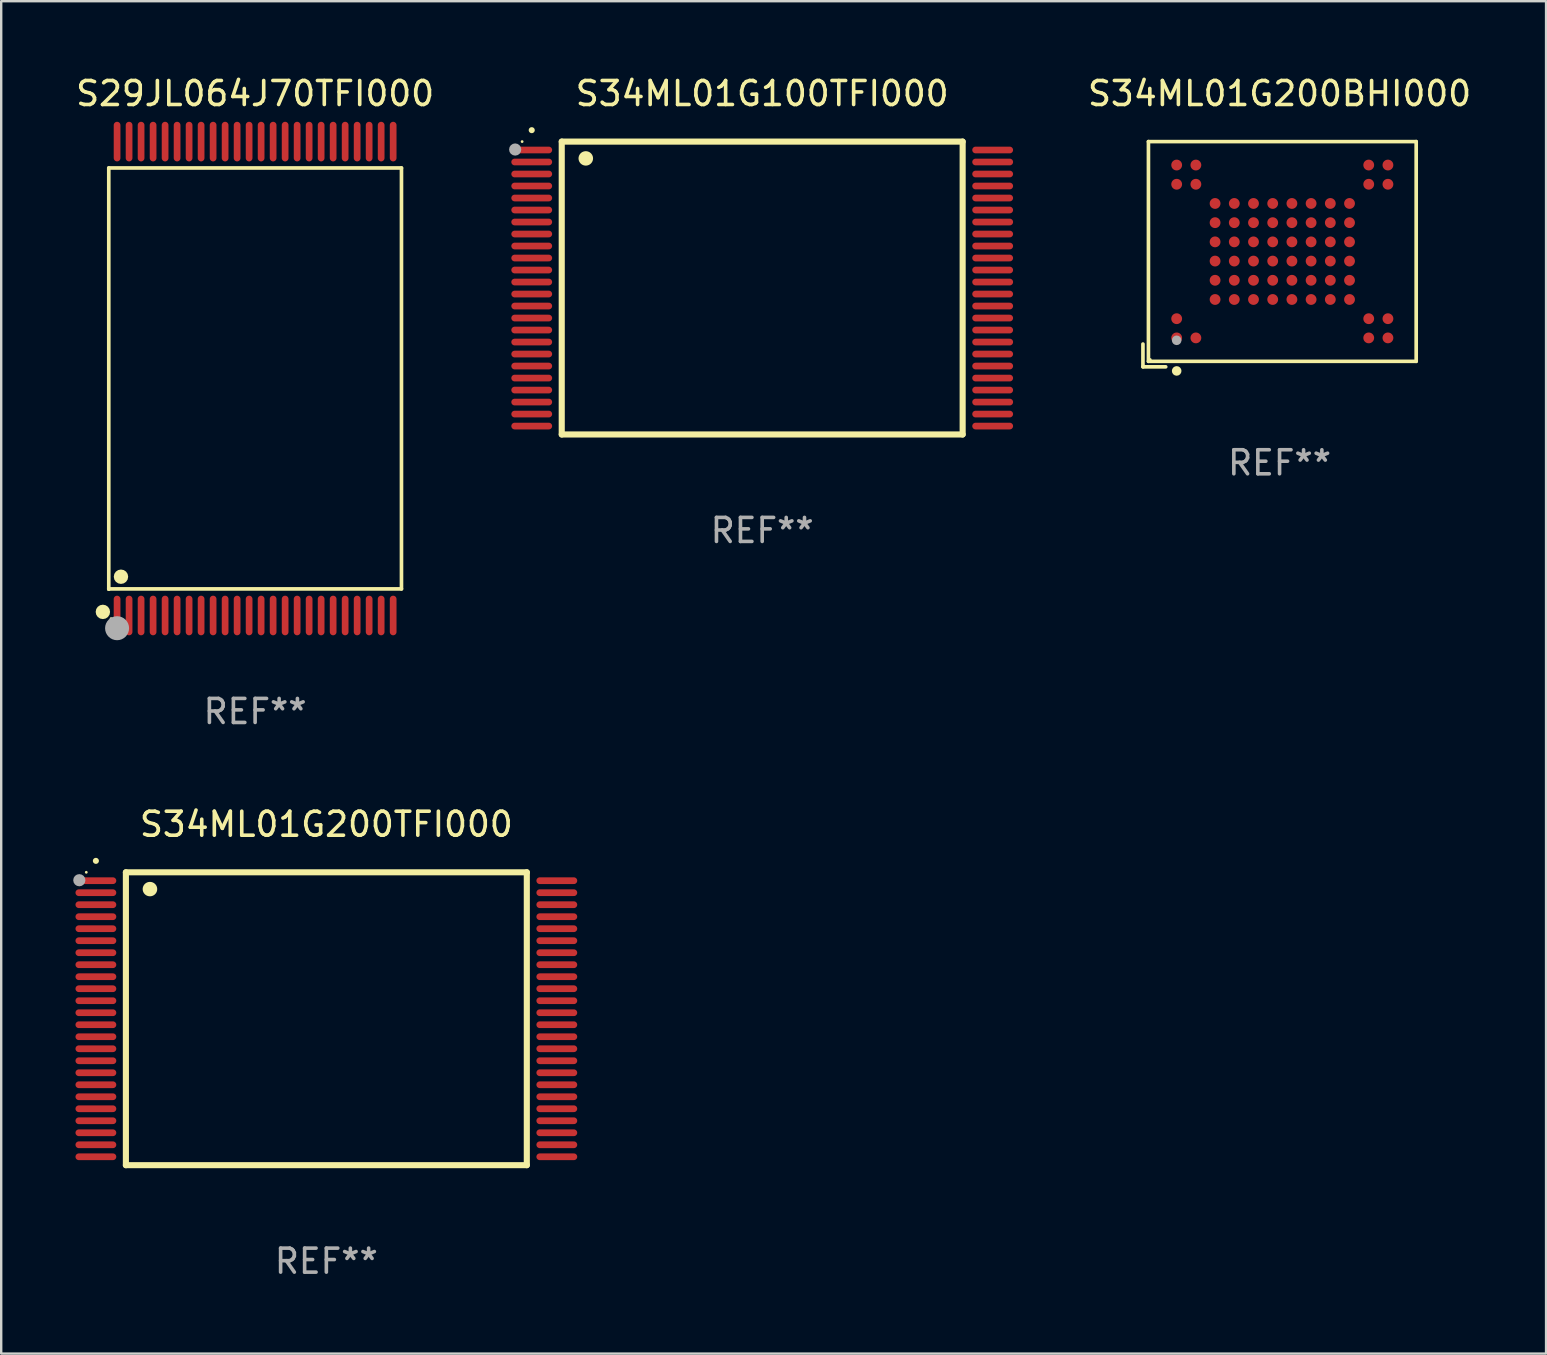
<source format=kicad_pcb>
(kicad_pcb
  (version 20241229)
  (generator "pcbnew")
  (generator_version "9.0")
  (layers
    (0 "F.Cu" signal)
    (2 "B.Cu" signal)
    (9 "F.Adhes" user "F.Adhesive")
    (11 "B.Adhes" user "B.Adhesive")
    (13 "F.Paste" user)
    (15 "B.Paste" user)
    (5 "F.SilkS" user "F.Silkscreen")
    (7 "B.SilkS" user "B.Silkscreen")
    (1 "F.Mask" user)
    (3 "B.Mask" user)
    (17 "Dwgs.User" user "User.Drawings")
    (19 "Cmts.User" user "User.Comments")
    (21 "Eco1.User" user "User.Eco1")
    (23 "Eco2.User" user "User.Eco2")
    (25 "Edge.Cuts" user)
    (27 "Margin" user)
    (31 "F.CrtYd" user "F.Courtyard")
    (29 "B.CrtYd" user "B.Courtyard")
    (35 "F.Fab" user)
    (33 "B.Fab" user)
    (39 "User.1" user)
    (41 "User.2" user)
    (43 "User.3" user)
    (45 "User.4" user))
  (footprint "S34ML01G200BHI000"
    (layer "F.Cu")
    (at 50.25 7.539)
    (property "Reference" "S34ML01G200BHI000" (at 0 -6.691 0) (layer "F.SilkS") (effects (font (size 1 1) (thickness 0.15))))
    (attr through_hole)
    (fp_line (start -5.691 3.742) (end -5.691 4.691) (stroke (width 0.152) (type solid)) (layer "F.SilkS"))
    (fp_line (start -5.691 4.691) (end -4.742 4.691) (stroke (width 0.152) (type solid)) (layer "F.SilkS"))
    (fp_line (start -5.462 -4.691) (end 5.691 -4.691) (stroke (width 0.152) (type solid)) (layer "F.SilkS"))
    (fp_line (start -5.462 4.462) (end -5.462 -4.691) (stroke (width 0.152) (type solid)) (layer "F.SilkS"))
    (fp_line (start 5.691 -4.691) (end 5.691 4.462) (stroke (width 0.152) (type solid)) (layer "F.SilkS"))
    (fp_line (start 5.691 4.462) (end -5.462 4.462) (stroke (width 0.152) (type solid)) (layer "F.SilkS"))
    (fp_circle (center -5.386 4.386) (end -5.356 4.386) (stroke (width 0.06) (type solid)) (fill no) (layer "F.SilkS"))
    (fp_circle (center -4.286 4.862) (end -4.186 4.862) (stroke (width 0.2) (type solid)) (fill no) (layer "F.SilkS"))
    (fp_circle (center -4.286 3.586) (end -4.186 3.586) (stroke (width 0.2) (type solid)) (fill no) (layer "F.Fab"))
    (fp_text user "REF**" (at 0 8.691 0) (layer "F.Fab") (effects (font (size 1 1) (thickness 0.15))))
    (pad "A1" smd circle (at -4.286 3.486) (size 0.45 0.45) (layers "F.Cu" "F.Mask" "F.Paste"))
    (pad "A2" smd circle (at -4.286 2.686) (size 0.45 0.45) (layers "F.Cu" "F.Mask" "F.Paste"))
    (pad "A9" smd circle (at -4.286 -2.914) (size 0.45 0.45) (layers "F.Cu" "F.Mask" "F.Paste"))
    (pad "A10" smd circle (at -4.286 -3.714) (size 0.45 0.45) (layers "F.Cu" "F.Mask" "F.Paste"))
    (pad "B1" smd circle (at -3.486 3.486) (size 0.45 0.45) (layers "F.Cu" "F.Mask" "F.Paste"))
    (pad "B9" smd circle (at -3.486 -2.914) (size 0.45 0.45) (layers "F.Cu" "F.Mask" "F.Paste"))
    (pad "B10" smd circle (at -3.486 -3.714) (size 0.45 0.45) (layers "F.Cu" "F.Mask" "F.Paste"))
    (pad "C3" smd circle (at -2.686 1.886) (size 0.45 0.45) (layers "F.Cu" "F.Mask" "F.Paste"))
    (pad "C4" smd circle (at -2.686 1.086) (size 0.45 0.45) (layers "F.Cu" "F.Mask" "F.Paste"))
    (pad "C5" smd circle (at -2.686 0.286) (size 0.45 0.45) (layers "F.Cu" "F.Mask" "F.Paste"))
    (pad "C6" smd circle (at -2.686 -0.514) (size 0.45 0.45) (layers "F.Cu" "F.Mask" "F.Paste"))
    (pad "C7" smd circle (at -2.686 -1.314) (size 0.45 0.45) (layers "F.Cu" "F.Mask" "F.Paste"))
    (pad "C8" smd circle (at -2.686 -2.114) (size 0.45 0.45) (layers "F.Cu" "F.Mask" "F.Paste"))
    (pad "D3" smd circle (at -1.886 1.886) (size 0.45 0.45) (layers "F.Cu" "F.Mask" "F.Paste"))
    (pad "D4" smd circle (at -1.886 1.086) (size 0.45 0.45) (layers "F.Cu" "F.Mask" "F.Paste"))
    (pad "D5" smd circle (at -1.886 0.286) (size 0.45 0.45) (layers "F.Cu" "F.Mask" "F.Paste"))
    (pad "D6" smd circle (at -1.886 -0.514) (size 0.45 0.45) (layers "F.Cu" "F.Mask" "F.Paste"))
    (pad "D7" smd circle (at -1.886 -1.314) (size 0.45 0.45) (layers "F.Cu" "F.Mask" "F.Paste"))
    (pad "D8" smd circle (at -1.886 -2.114) (size 0.45 0.45) (layers "F.Cu" "F.Mask" "F.Paste"))
    (pad "E3" smd circle (at -1.086 1.886) (size 0.45 0.45) (layers "F.Cu" "F.Mask" "F.Paste"))
    (pad "E4" smd circle (at -1.086 1.086) (size 0.45 0.45) (layers "F.Cu" "F.Mask" "F.Paste"))
    (pad "E5" smd circle (at -1.086 0.286) (size 0.45 0.45) (layers "F.Cu" "F.Mask" "F.Paste"))
    (pad "E6" smd circle (at -1.086 -0.514) (size 0.45 0.45) (layers "F.Cu" "F.Mask" "F.Paste"))
    (pad "E7" smd circle (at -1.086 -1.314) (size 0.45 0.45) (layers "F.Cu" "F.Mask" "F.Paste"))
    (pad "E8" smd circle (at -1.086 -2.114) (size 0.45 0.45) (layers "F.Cu" "F.Mask" "F.Paste"))
    (pad "F3" smd circle (at -0.286 1.886) (size 0.45 0.45) (layers "F.Cu" "F.Mask" "F.Paste"))
    (pad "F4" smd circle (at -0.286 1.086) (size 0.45 0.45) (layers "F.Cu" "F.Mask" "F.Paste"))
    (pad "F5" smd circle (at -0.286 0.286) (size 0.45 0.45) (layers "F.Cu" "F.Mask" "F.Paste"))
    (pad "F6" smd circle (at -0.286 -0.514) (size 0.45 0.45) (layers "F.Cu" "F.Mask" "F.Paste"))
    (pad "F7" smd circle (at -0.286 -1.314) (size 0.45 0.45) (layers "F.Cu" "F.Mask" "F.Paste"))
    (pad "F8" smd circle (at -0.286 -2.114) (size 0.45 0.45) (layers "F.Cu" "F.Mask" "F.Paste"))
    (pad "G3" smd circle (at 0.514 1.886) (size 0.45 0.45) (layers "F.Cu" "F.Mask" "F.Paste"))
    (pad "G4" smd circle (at 0.514 1.086) (size 0.45 0.45) (layers "F.Cu" "F.Mask" "F.Paste"))
    (pad "G5" smd circle (at 0.514 0.286) (size 0.45 0.45) (layers "F.Cu" "F.Mask" "F.Paste"))
    (pad "G6" smd circle (at 0.514 -0.514) (size 0.45 0.45) (layers "F.Cu" "F.Mask" "F.Paste"))
    (pad "G7" smd circle (at 0.514 -1.314) (size 0.45 0.45) (layers "F.Cu" "F.Mask" "F.Paste"))
    (pad "G8" smd circle (at 0.514 -2.114) (size 0.45 0.45) (layers "F.Cu" "F.Mask" "F.Paste"))
    (pad "H3" smd circle (at 1.314 1.886) (size 0.45 0.45) (layers "F.Cu" "F.Mask" "F.Paste"))
    (pad "H4" smd circle (at 1.314 1.086) (size 0.45 0.45) (layers "F.Cu" "F.Mask" "F.Paste"))
    (pad "H5" smd circle (at 1.314 0.286) (size 0.45 0.45) (layers "F.Cu" "F.Mask" "F.Paste"))
    (pad "H6" smd circle (at 1.314 -0.514) (size 0.45 0.45) (layers "F.Cu" "F.Mask" "F.Paste"))
    (pad "H7" smd circle (at 1.314 -1.314) (size 0.45 0.45) (layers "F.Cu" "F.Mask" "F.Paste"))
    (pad "H8" smd circle (at 1.314 -2.114) (size 0.45 0.45) (layers "F.Cu" "F.Mask" "F.Paste"))
    (pad "J3" smd circle (at 2.114 1.886) (size 0.45 0.45) (layers "F.Cu" "F.Mask" "F.Paste"))
    (pad "J4" smd circle (at 2.114 1.086) (size 0.45 0.45) (layers "F.Cu" "F.Mask" "F.Paste"))
    (pad "J5" smd circle (at 2.114 0.286) (size 0.45 0.45) (layers "F.Cu" "F.Mask" "F.Paste"))
    (pad "J6" smd circle (at 2.114 -0.514) (size 0.45 0.45) (layers "F.Cu" "F.Mask" "F.Paste"))
    (pad "J7" smd circle (at 2.114 -1.314) (size 0.45 0.45) (layers "F.Cu" "F.Mask" "F.Paste"))
    (pad "J8" smd circle (at 2.114 -2.114) (size 0.45 0.45) (layers "F.Cu" "F.Mask" "F.Paste"))
    (pad "K3" smd circle (at 2.914 1.886) (size 0.45 0.45) (layers "F.Cu" "F.Mask" "F.Paste"))
    (pad "K4" smd circle (at 2.914 1.086) (size 0.45 0.45) (layers "F.Cu" "F.Mask" "F.Paste"))
    (pad "K5" smd circle (at 2.914 0.286) (size 0.45 0.45) (layers "F.Cu" "F.Mask" "F.Paste"))
    (pad "K6" smd circle (at 2.914 -0.514) (size 0.45 0.45) (layers "F.Cu" "F.Mask" "F.Paste"))
    (pad "K7" smd circle (at 2.914 -1.314) (size 0.45 0.45) (layers "F.Cu" "F.Mask" "F.Paste"))
    (pad "K8" smd circle (at 2.914 -2.114) (size 0.45 0.45) (layers "F.Cu" "F.Mask" "F.Paste"))
    (pad "L1" smd circle (at 3.714 3.486) (size 0.45 0.45) (layers "F.Cu" "F.Mask" "F.Paste"))
    (pad "L2" smd circle (at 3.714 2.686) (size 0.45 0.45) (layers "F.Cu" "F.Mask" "F.Paste"))
    (pad "L9" smd circle (at 3.714 -2.914) (size 0.45 0.45) (layers "F.Cu" "F.Mask" "F.Paste"))
    (pad "L10" smd circle (at 3.714 -3.714) (size 0.45 0.45) (layers "F.Cu" "F.Mask" "F.Paste"))
    (pad "M1" smd circle (at 4.514 3.486) (size 0.45 0.45) (layers "F.Cu" "F.Mask" "F.Paste"))
    (pad "M2" smd circle (at 4.514 2.686) (size 0.45 0.45) (layers "F.Cu" "F.Mask" "F.Paste"))
    (pad "M9" smd circle (at 4.514 -2.914) (size 0.45 0.45) (layers "F.Cu" "F.Mask" "F.Paste"))
    (pad "M10" smd circle (at 4.514 -3.714) (size 0.45 0.45) (layers "F.Cu" "F.Mask" "F.Paste")))
  (footprint "S34ML01G200TFI000"
    (layer "F.Cu")
    (at 10.544 39.385)
    (property "Reference" "S34ML01G200TFI000" (at 0 -8.1 0) (layer "F.SilkS") (effects (font (size 1 1) (thickness 0.15))))
    (attr through_hole)
    (fp_line (start -8.35 -6.1) (end 8.35 -6.1) (stroke (width 0.254) (type solid)) (layer "F.SilkS"))
    (fp_line (start -8.35 6.1) (end -8.35 -6.1) (stroke (width 0.254) (type solid)) (layer "F.SilkS"))
    (fp_line (start 8.35 -6.1) (end 8.35 6.1) (stroke (width 0.254) (type solid)) (layer "F.SilkS"))
    (fp_line (start 8.35 6.1) (end -8.35 6.1) (stroke (width 0.254) (type solid)) (layer "F.SilkS"))
    (fp_arc (start -9.601219 -6.57606) (mid -9.599949 -6.576066) (end -9.598679 -6.57606) (stroke (width 0.25) (type solid)) (layer "F.SilkS"))
    (fp_arc (start -7.350775 -5.400038) (mid -7.348235 -5.400049) (end -7.345695 -5.400038) (stroke (width 0.6) (type solid)) (layer "F.SilkS"))
    (fp_circle (center -10 -6.1) (end -9.97 -6.1) (stroke (width 0.06) (type solid)) (fill no) (layer "F.SilkS"))
    (fp_circle (center -10.29 -5.77) (end -10.163 -5.77) (stroke (width 0.254) (type solid)) (fill no) (layer "F.Fab"))
    (fp_text user "REF**" (at 0 10.1 0) (layer "F.Fab") (effects (font (size 1 1) (thickness 0.15))))
    (pad "1" smd oval (at -9.6 -5.75 90) (size 0.28 1.7) (layers "F.Cu" "F.Mask" "F.Paste"))
    (pad "2" smd oval (at -9.6 -5.25 90) (size 0.28 1.7) (layers "F.Cu" "F.Mask" "F.Paste"))
    (pad "3" smd oval (at -9.6 -4.75 90) (size 0.28 1.7) (layers "F.Cu" "F.Mask" "F.Paste"))
    (pad "4" smd oval (at -9.6 -4.25 90) (size 0.28 1.7) (layers "F.Cu" "F.Mask" "F.Paste"))
    (pad "5" smd oval (at -9.6 -3.75 90) (size 0.28 1.7) (layers "F.Cu" "F.Mask" "F.Paste"))
    (pad "6" smd oval (at -9.6 -3.25 90) (size 0.28 1.7) (layers "F.Cu" "F.Mask" "F.Paste"))
    (pad "7" smd oval (at -9.6 -2.75 90) (size 0.28 1.7) (layers "F.Cu" "F.Mask" "F.Paste"))
    (pad "8" smd oval (at -9.6 -2.25 90) (size 0.28 1.7) (layers "F.Cu" "F.Mask" "F.Paste"))
    (pad "9" smd oval (at -9.6 -1.75 90) (size 0.28 1.7) (layers "F.Cu" "F.Mask" "F.Paste"))
    (pad "10" smd oval (at -9.6 -1.25 90) (size 0.28 1.7) (layers "F.Cu" "F.Mask" "F.Paste"))
    (pad "11" smd oval (at -9.6 -0.75 90) (size 0.28 1.7) (layers "F.Cu" "F.Mask" "F.Paste"))
    (pad "12" smd oval (at -9.6 -0.25 90) (size 0.28 1.7) (layers "F.Cu" "F.Mask" "F.Paste"))
    (pad "13" smd oval (at -9.6 0.25 90) (size 0.28 1.7) (layers "F.Cu" "F.Mask" "F.Paste"))
    (pad "14" smd oval (at -9.6 0.75 90) (size 0.28 1.7) (layers "F.Cu" "F.Mask" "F.Paste"))
    (pad "15" smd oval (at -9.6 1.25 90) (size 0.28 1.7) (layers "F.Cu" "F.Mask" "F.Paste"))
    (pad "16" smd oval (at -9.6 1.75 90) (size 0.28 1.7) (layers "F.Cu" "F.Mask" "F.Paste"))
    (pad "17" smd oval (at -9.6 2.25 90) (size 0.28 1.7) (layers "F.Cu" "F.Mask" "F.Paste"))
    (pad "18" smd oval (at -9.6 2.75 90) (size 0.28 1.7) (layers "F.Cu" "F.Mask" "F.Paste"))
    (pad "19" smd oval (at -9.6 3.25 90) (size 0.28 1.7) (layers "F.Cu" "F.Mask" "F.Paste"))
    (pad "20" smd oval (at -9.6 3.75 90) (size 0.28 1.7) (layers "F.Cu" "F.Mask" "F.Paste"))
    (pad "21" smd oval (at -9.6 4.25 90) (size 0.28 1.7) (layers "F.Cu" "F.Mask" "F.Paste"))
    (pad "22" smd oval (at -9.6 4.75 90) (size 0.28 1.7) (layers "F.Cu" "F.Mask" "F.Paste"))
    (pad "23" smd oval (at -9.6 5.25 90) (size 0.28 1.7) (layers "F.Cu" "F.Mask" "F.Paste"))
    (pad "24" smd oval (at -9.6 5.75 90) (size 0.28 1.7) (layers "F.Cu" "F.Mask" "F.Paste"))
    (pad "25" smd oval (at 9.6 5.75 90) (size 0.28 1.7) (layers "F.Cu" "F.Mask" "F.Paste"))
    (pad "26" smd oval (at 9.6 5.25 90) (size 0.28 1.7) (layers "F.Cu" "F.Mask" "F.Paste"))
    (pad "27" smd oval (at 9.6 4.75 90) (size 0.28 1.7) (layers "F.Cu" "F.Mask" "F.Paste"))
    (pad "28" smd oval (at 9.6 4.25 90) (size 0.28 1.7) (layers "F.Cu" "F.Mask" "F.Paste"))
    (pad "29" smd oval (at 9.6 3.75 90) (size 0.28 1.7) (layers "F.Cu" "F.Mask" "F.Paste"))
    (pad "30" smd oval (at 9.6 3.25 90) (size 0.28 1.7) (layers "F.Cu" "F.Mask" "F.Paste"))
    (pad "31" smd oval (at 9.6 2.75 90) (size 0.28 1.7) (layers "F.Cu" "F.Mask" "F.Paste"))
    (pad "32" smd oval (at 9.6 2.25 90) (size 0.28 1.7) (layers "F.Cu" "F.Mask" "F.Paste"))
    (pad "33" smd oval (at 9.6 1.75 90) (size 0.28 1.7) (layers "F.Cu" "F.Mask" "F.Paste"))
    (pad "34" smd oval (at 9.6 1.25 90) (size 0.28 1.7) (layers "F.Cu" "F.Mask" "F.Paste"))
    (pad "35" smd oval (at 9.6 0.75 90) (size 0.28 1.7) (layers "F.Cu" "F.Mask" "F.Paste"))
    (pad "36" smd oval (at 9.6 0.25 90) (size 0.28 1.7) (layers "F.Cu" "F.Mask" "F.Paste"))
    (pad "37" smd oval (at 9.6 -0.25 90) (size 0.28 1.7) (layers "F.Cu" "F.Mask" "F.Paste"))
    (pad "38" smd oval (at 9.6 -0.75 90) (size 0.28 1.7) (layers "F.Cu" "F.Mask" "F.Paste"))
    (pad "39" smd oval (at 9.6 -1.25 90) (size 0.28 1.7) (layers "F.Cu" "F.Mask" "F.Paste"))
    (pad "40" smd oval (at 9.6 -1.75 90) (size 0.28 1.7) (layers "F.Cu" "F.Mask" "F.Paste"))
    (pad "41" smd oval (at 9.6 -2.25 90) (size 0.28 1.7) (layers "F.Cu" "F.Mask" "F.Paste"))
    (pad "42" smd oval (at 9.6 -2.75 90) (size 0.28 1.7) (layers "F.Cu" "F.Mask" "F.Paste"))
    (pad "43" smd oval (at 9.6 -3.25 90) (size 0.28 1.7) (layers "F.Cu" "F.Mask" "F.Paste"))
    (pad "44" smd oval (at 9.6 -3.75 90) (size 0.28 1.7) (layers "F.Cu" "F.Mask" "F.Paste"))
    (pad "45" smd oval (at 9.6 -4.25 90) (size 0.28 1.7) (layers "F.Cu" "F.Mask" "F.Paste"))
    (pad "46" smd oval (at 9.6 -4.75 90) (size 0.28 1.7) (layers "F.Cu" "F.Mask" "F.Paste"))
    (pad "47" smd oval (at 9.6 -5.25 90) (size 0.28 1.7) (layers "F.Cu" "F.Mask" "F.Paste"))
    (pad "48" smd oval (at 9.6 -5.75 90) (size 0.28 1.7) (layers "F.Cu" "F.Mask" "F.Paste")))
  (footprint "S34ML01G100TFI000"
    (layer "F.Cu")
    (at 28.699 8.948)
    (property "Reference" "S34ML01G100TFI000" (at 0 -8.1 0) (layer "F.SilkS") (effects (font (size 1 1) (thickness 0.15))))
    (attr through_hole)
    (fp_line (start -8.35 -6.1) (end 8.35 -6.1) (stroke (width 0.254) (type solid)) (layer "F.SilkS"))
    (fp_line (start -8.35 6.1) (end -8.35 -6.1) (stroke (width 0.254) (type solid)) (layer "F.SilkS"))
    (fp_line (start 8.35 -6.1) (end 8.35 6.1) (stroke (width 0.254) (type solid)) (layer "F.SilkS"))
    (fp_line (start 8.35 6.1) (end -8.35 6.1) (stroke (width 0.254) (type solid)) (layer "F.SilkS"))
    (fp_arc (start -9.601219 -6.57606) (mid -9.599949 -6.576066) (end -9.598679 -6.57606) (stroke (width 0.25) (type solid)) (layer "F.SilkS"))
    (fp_arc (start -7.350775 -5.400038) (mid -7.348235 -5.400049) (end -7.345695 -5.400038) (stroke (width 0.6) (type solid)) (layer "F.SilkS"))
    (fp_circle (center -10 -6.1) (end -9.97 -6.1) (stroke (width 0.06) (type solid)) (fill no) (layer "F.SilkS"))
    (fp_circle (center -10.29 -5.77) (end -10.163 -5.77) (stroke (width 0.254) (type solid)) (fill no) (layer "F.Fab"))
    (fp_text user "REF**" (at 0 10.1 0) (layer "F.Fab") (effects (font (size 1 1) (thickness 0.15))))
    (pad "1" smd oval (at -9.6 -5.75 90) (size 0.28 1.7) (layers "F.Cu" "F.Mask" "F.Paste"))
    (pad "2" smd oval (at -9.6 -5.25 90) (size 0.28 1.7) (layers "F.Cu" "F.Mask" "F.Paste"))
    (pad "3" smd oval (at -9.6 -4.75 90) (size 0.28 1.7) (layers "F.Cu" "F.Mask" "F.Paste"))
    (pad "4" smd oval (at -9.6 -4.25 90) (size 0.28 1.7) (layers "F.Cu" "F.Mask" "F.Paste"))
    (pad "5" smd oval (at -9.6 -3.75 90) (size 0.28 1.7) (layers "F.Cu" "F.Mask" "F.Paste"))
    (pad "6" smd oval (at -9.6 -3.25 90) (size 0.28 1.7) (layers "F.Cu" "F.Mask" "F.Paste"))
    (pad "7" smd oval (at -9.6 -2.75 90) (size 0.28 1.7) (layers "F.Cu" "F.Mask" "F.Paste"))
    (pad "8" smd oval (at -9.6 -2.25 90) (size 0.28 1.7) (layers "F.Cu" "F.Mask" "F.Paste"))
    (pad "9" smd oval (at -9.6 -1.75 90) (size 0.28 1.7) (layers "F.Cu" "F.Mask" "F.Paste"))
    (pad "10" smd oval (at -9.6 -1.25 90) (size 0.28 1.7) (layers "F.Cu" "F.Mask" "F.Paste"))
    (pad "11" smd oval (at -9.6 -0.75 90) (size 0.28 1.7) (layers "F.Cu" "F.Mask" "F.Paste"))
    (pad "12" smd oval (at -9.6 -0.25 90) (size 0.28 1.7) (layers "F.Cu" "F.Mask" "F.Paste"))
    (pad "13" smd oval (at -9.6 0.25 90) (size 0.28 1.7) (layers "F.Cu" "F.Mask" "F.Paste"))
    (pad "14" smd oval (at -9.6 0.75 90) (size 0.28 1.7) (layers "F.Cu" "F.Mask" "F.Paste"))
    (pad "15" smd oval (at -9.6 1.25 90) (size 0.28 1.7) (layers "F.Cu" "F.Mask" "F.Paste"))
    (pad "16" smd oval (at -9.6 1.75 90) (size 0.28 1.7) (layers "F.Cu" "F.Mask" "F.Paste"))
    (pad "17" smd oval (at -9.6 2.25 90) (size 0.28 1.7) (layers "F.Cu" "F.Mask" "F.Paste"))
    (pad "18" smd oval (at -9.6 2.75 90) (size 0.28 1.7) (layers "F.Cu" "F.Mask" "F.Paste"))
    (pad "19" smd oval (at -9.6 3.25 90) (size 0.28 1.7) (layers "F.Cu" "F.Mask" "F.Paste"))
    (pad "20" smd oval (at -9.6 3.75 90) (size 0.28 1.7) (layers "F.Cu" "F.Mask" "F.Paste"))
    (pad "21" smd oval (at -9.6 4.25 90) (size 0.28 1.7) (layers "F.Cu" "F.Mask" "F.Paste"))
    (pad "22" smd oval (at -9.6 4.75 90) (size 0.28 1.7) (layers "F.Cu" "F.Mask" "F.Paste"))
    (pad "23" smd oval (at -9.6 5.25 90) (size 0.28 1.7) (layers "F.Cu" "F.Mask" "F.Paste"))
    (pad "24" smd oval (at -9.6 5.75 90) (size 0.28 1.7) (layers "F.Cu" "F.Mask" "F.Paste"))
    (pad "25" smd oval (at 9.6 5.75 90) (size 0.28 1.7) (layers "F.Cu" "F.Mask" "F.Paste"))
    (pad "26" smd oval (at 9.6 5.25 90) (size 0.28 1.7) (layers "F.Cu" "F.Mask" "F.Paste"))
    (pad "27" smd oval (at 9.6 4.75 90) (size 0.28 1.7) (layers "F.Cu" "F.Mask" "F.Paste"))
    (pad "28" smd oval (at 9.6 4.25 90) (size 0.28 1.7) (layers "F.Cu" "F.Mask" "F.Paste"))
    (pad "29" smd oval (at 9.6 3.75 90) (size 0.28 1.7) (layers "F.Cu" "F.Mask" "F.Paste"))
    (pad "30" smd oval (at 9.6 3.25 90) (size 0.28 1.7) (layers "F.Cu" "F.Mask" "F.Paste"))
    (pad "31" smd oval (at 9.6 2.75 90) (size 0.28 1.7) (layers "F.Cu" "F.Mask" "F.Paste"))
    (pad "32" smd oval (at 9.6 2.25 90) (size 0.28 1.7) (layers "F.Cu" "F.Mask" "F.Paste"))
    (pad "33" smd oval (at 9.6 1.75 90) (size 0.28 1.7) (layers "F.Cu" "F.Mask" "F.Paste"))
    (pad "34" smd oval (at 9.6 1.25 90) (size 0.28 1.7) (layers "F.Cu" "F.Mask" "F.Paste"))
    (pad "35" smd oval (at 9.6 0.75 90) (size 0.28 1.7) (layers "F.Cu" "F.Mask" "F.Paste"))
    (pad "36" smd oval (at 9.6 0.25 90) (size 0.28 1.7) (layers "F.Cu" "F.Mask" "F.Paste"))
    (pad "37" smd oval (at 9.6 -0.25 90) (size 0.28 1.7) (layers "F.Cu" "F.Mask" "F.Paste"))
    (pad "38" smd oval (at 9.6 -0.75 90) (size 0.28 1.7) (layers "F.Cu" "F.Mask" "F.Paste"))
    (pad "39" smd oval (at 9.6 -1.25 90) (size 0.28 1.7) (layers "F.Cu" "F.Mask" "F.Paste"))
    (pad "40" smd oval (at 9.6 -1.75 90) (size 0.28 1.7) (layers "F.Cu" "F.Mask" "F.Paste"))
    (pad "41" smd oval (at 9.6 -2.25 90) (size 0.28 1.7) (layers "F.Cu" "F.Mask" "F.Paste"))
    (pad "42" smd oval (at 9.6 -2.75 90) (size 0.28 1.7) (layers "F.Cu" "F.Mask" "F.Paste"))
    (pad "43" smd oval (at 9.6 -3.25 90) (size 0.28 1.7) (layers "F.Cu" "F.Mask" "F.Paste"))
    (pad "44" smd oval (at 9.6 -3.75 90) (size 0.28 1.7) (layers "F.Cu" "F.Mask" "F.Paste"))
    (pad "45" smd oval (at 9.6 -4.25 90) (size 0.28 1.7) (layers "F.Cu" "F.Mask" "F.Paste"))
    (pad "46" smd oval (at 9.6 -4.75 90) (size 0.28 1.7) (layers "F.Cu" "F.Mask" "F.Paste"))
    (pad "47" smd oval (at 9.6 -5.25 90) (size 0.28 1.7) (layers "F.Cu" "F.Mask" "F.Paste"))
    (pad "48" smd oval (at 9.6 -5.75 90) (size 0.28 1.7) (layers "F.Cu" "F.Mask" "F.Paste")))
  (footprint "S29JL064J70TFI000"
    (layer "F.Cu")
    (at 7.577 12.718)
    (property "Reference" "S29JL064J70TFI000" (at 0 -11.87 0) (layer "F.SilkS") (effects (font (size 1 1) (thickness 0.15))))
    (attr through_hole)
    (fp_line (start -6.096 -8.771) (end 6.096 -8.771) (stroke (width 0.152) (type solid)) (layer "F.SilkS"))
    (fp_line (start -6.096 8.763) (end -6.096 8.771) (stroke (width 0.152) (type solid)) (layer "F.SilkS"))
    (fp_line (start -6.096 8.771) (end -6.096 -8.771) (stroke (width 0.152) (type solid)) (layer "F.SilkS"))
    (fp_line (start 6.096 -8.771) (end 6.096 8.763) (stroke (width 0.152) (type solid)) (layer "F.SilkS"))
    (fp_line (start 6.096 8.763) (end -6.096 8.763) (stroke (width 0.152) (type solid)) (layer "F.SilkS"))
    (fp_circle (center -6.342 9.72) (end -6.192 9.72) (stroke (width 0.3) (type solid)) (fill no) (layer "F.SilkS"))
    (fp_circle (center -6 10) (end -5.97 10) (stroke (width 0.06) (type solid)) (fill no) (layer "F.SilkS"))
    (fp_circle (center -5.588 8.255) (end -5.438 8.255) (stroke (width 0.3) (type solid)) (fill no) (layer "F.SilkS"))
    (fp_circle (center -5.75 10.4) (end -5.5 10.4) (stroke (width 0.5) (type solid)) (fill no) (layer "F.Fab"))
    (fp_text user "REF**" (at 0 13.87 0) (layer "F.Fab") (effects (font (size 1 1) (thickness 0.15))))
    (pad "1" smd oval (at -5.75 9.87) (size 0.28 1.65) (layers "F.Cu" "F.Mask" "F.Paste"))
    (pad "2" smd oval (at -5.25 9.87) (size 0.28 1.65) (layers "F.Cu" "F.Mask" "F.Paste"))
    (pad "3" smd oval (at -4.75 9.87) (size 0.28 1.65) (layers "F.Cu" "F.Mask" "F.Paste"))
    (pad "4" smd oval (at -4.25 9.87) (size 0.28 1.65) (layers "F.Cu" "F.Mask" "F.Paste"))
    (pad "5" smd oval (at -3.75 9.87) (size 0.28 1.65) (layers "F.Cu" "F.Mask" "F.Paste"))
    (pad "6" smd oval (at -3.25 9.87) (size 0.28 1.65) (layers "F.Cu" "F.Mask" "F.Paste"))
    (pad "7" smd oval (at -2.75 9.87) (size 0.28 1.65) (layers "F.Cu" "F.Mask" "F.Paste"))
    (pad "8" smd oval (at -2.25 9.87) (size 0.28 1.65) (layers "F.Cu" "F.Mask" "F.Paste"))
    (pad "9" smd oval (at -1.75 9.87) (size 0.28 1.65) (layers "F.Cu" "F.Mask" "F.Paste"))
    (pad "10" smd oval (at -1.25 9.87) (size 0.28 1.65) (layers "F.Cu" "F.Mask" "F.Paste"))
    (pad "11" smd oval (at -0.75 9.87) (size 0.28 1.65) (layers "F.Cu" "F.Mask" "F.Paste"))
    (pad "12" smd oval (at -0.25 9.87) (size 0.28 1.65) (layers "F.Cu" "F.Mask" "F.Paste"))
    (pad "13" smd oval (at 0.25 9.87) (size 0.28 1.65) (layers "F.Cu" "F.Mask" "F.Paste"))
    (pad "14" smd oval (at 0.75 9.87) (size 0.28 1.65) (layers "F.Cu" "F.Mask" "F.Paste"))
    (pad "15" smd oval (at 1.25 9.87) (size 0.28 1.65) (layers "F.Cu" "F.Mask" "F.Paste"))
    (pad "16" smd oval (at 1.75 9.87) (size 0.28 1.65) (layers "F.Cu" "F.Mask" "F.Paste"))
    (pad "17" smd oval (at 2.25 9.87) (size 0.28 1.65) (layers "F.Cu" "F.Mask" "F.Paste"))
    (pad "18" smd oval (at 2.75 9.87) (size 0.28 1.65) (layers "F.Cu" "F.Mask" "F.Paste"))
    (pad "19" smd oval (at 3.25 9.87) (size 0.28 1.65) (layers "F.Cu" "F.Mask" "F.Paste"))
    (pad "20" smd oval (at 3.75 9.87) (size 0.28 1.65) (layers "F.Cu" "F.Mask" "F.Paste"))
    (pad "21" smd oval (at 4.25 9.87) (size 0.28 1.65) (layers "F.Cu" "F.Mask" "F.Paste"))
    (pad "22" smd oval (at 4.75 9.87) (size 0.28 1.65) (layers "F.Cu" "F.Mask" "F.Paste"))
    (pad "23" smd oval (at 5.25 9.87) (size 0.28 1.65) (layers "F.Cu" "F.Mask" "F.Paste"))
    (pad "24" smd oval (at 5.75 9.87) (size 0.28 1.65) (layers "F.Cu" "F.Mask" "F.Paste"))
    (pad "25" smd oval (at 5.75 -9.87) (size 0.28 1.65) (layers "F.Cu" "F.Mask" "F.Paste"))
    (pad "26" smd oval (at 5.25 -9.87) (size 0.28 1.65) (layers "F.Cu" "F.Mask" "F.Paste"))
    (pad "27" smd oval (at 4.75 -9.87) (size 0.28 1.65) (layers "F.Cu" "F.Mask" "F.Paste"))
    (pad "28" smd oval (at 4.25 -9.87) (size 0.28 1.65) (layers "F.Cu" "F.Mask" "F.Paste"))
    (pad "29" smd oval (at 3.75 -9.87) (size 0.28 1.65) (layers "F.Cu" "F.Mask" "F.Paste"))
    (pad "30" smd oval (at 3.25 -9.87) (size 0.28 1.65) (layers "F.Cu" "F.Mask" "F.Paste"))
    (pad "31" smd oval (at 2.75 -9.87) (size 0.28 1.65) (layers "F.Cu" "F.Mask" "F.Paste"))
    (pad "32" smd oval (at 2.25 -9.87) (size 0.28 1.65) (layers "F.Cu" "F.Mask" "F.Paste"))
    (pad "33" smd oval (at 1.75 -9.87) (size 0.28 1.65) (layers "F.Cu" "F.Mask" "F.Paste"))
    (pad "34" smd oval (at 1.25 -9.87) (size 0.28 1.65) (layers "F.Cu" "F.Mask" "F.Paste"))
    (pad "35" smd oval (at 0.75 -9.87) (size 0.28 1.65) (layers "F.Cu" "F.Mask" "F.Paste"))
    (pad "36" smd oval (at 0.25 -9.87) (size 0.28 1.65) (layers "F.Cu" "F.Mask" "F.Paste"))
    (pad "37" smd oval (at -0.25 -9.87) (size 0.28 1.65) (layers "F.Cu" "F.Mask" "F.Paste"))
    (pad "38" smd oval (at -0.75 -9.87) (size 0.28 1.65) (layers "F.Cu" "F.Mask" "F.Paste"))
    (pad "39" smd oval (at -1.25 -9.87) (size 0.28 1.65) (layers "F.Cu" "F.Mask" "F.Paste"))
    (pad "40" smd oval (at -1.75 -9.87) (size 0.28 1.65) (layers "F.Cu" "F.Mask" "F.Paste"))
    (pad "41" smd oval (at -2.25 -9.87) (size 0.28 1.65) (layers "F.Cu" "F.Mask" "F.Paste"))
    (pad "42" smd oval (at -2.75 -9.87) (size 0.28 1.65) (layers "F.Cu" "F.Mask" "F.Paste"))
    (pad "43" smd oval (at -3.25 -9.87) (size 0.28 1.65) (layers "F.Cu" "F.Mask" "F.Paste"))
    (pad "44" smd oval (at -3.75 -9.87) (size 0.28 1.65) (layers "F.Cu" "F.Mask" "F.Paste"))
    (pad "45" smd oval (at -4.25 -9.87) (size 0.28 1.65) (layers "F.Cu" "F.Mask" "F.Paste"))
    (pad "46" smd oval (at -4.75 -9.87) (size 0.28 1.65) (layers "F.Cu" "F.Mask" "F.Paste"))
    (pad "47" smd oval (at -5.25 -9.87) (size 0.28 1.65) (layers "F.Cu" "F.Mask" "F.Paste"))
    (pad "48" smd oval (at -5.75 -9.87) (size 0.28 1.65) (layers "F.Cu" "F.Mask" "F.Paste")))
  (gr_rect
    (start -3 -3)
    (end 61.351 53.333)
    (stroke (width 0.1) (type default))
    (fill no)
    (layer "Edge.Cuts")))
</source>
